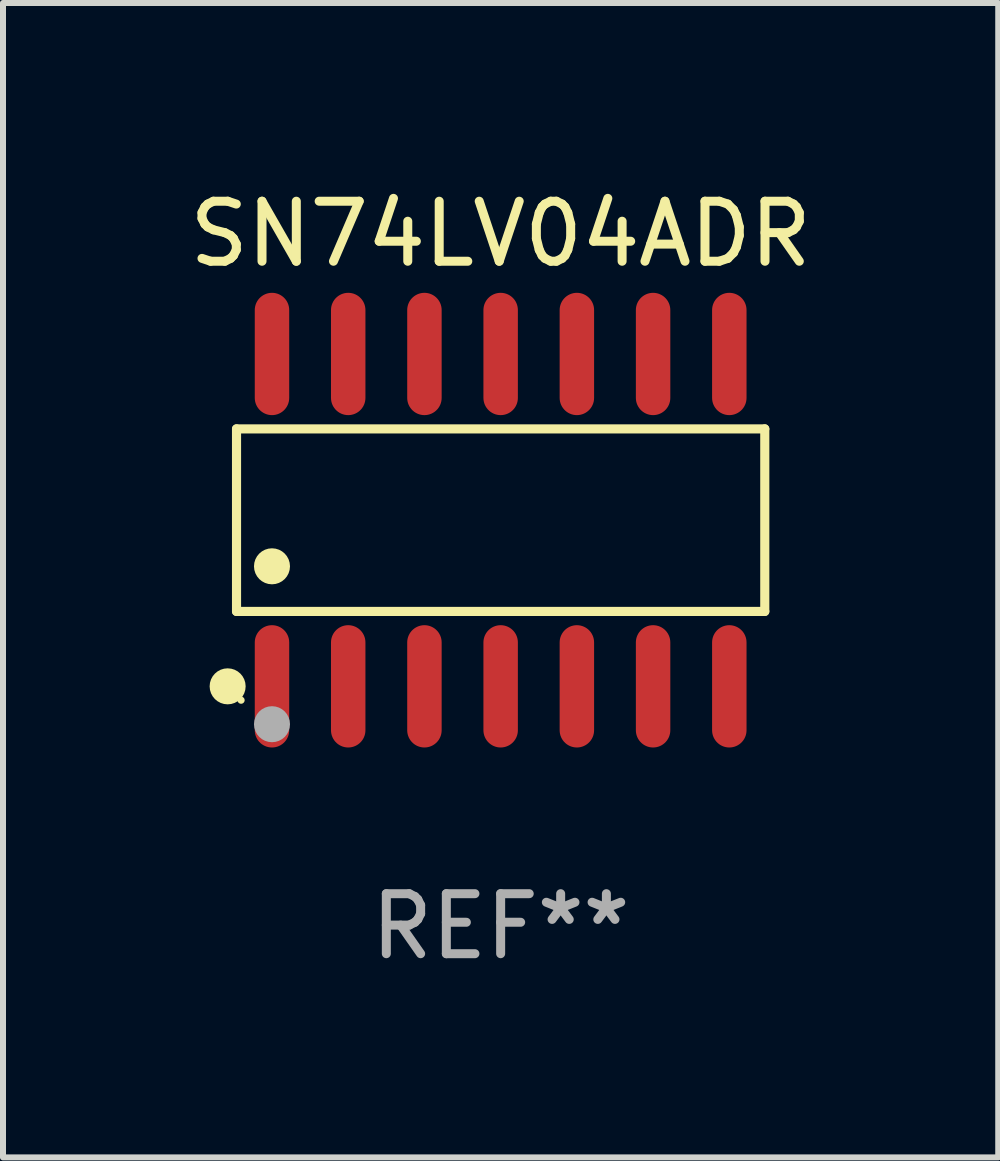
<source format=kicad_pcb>
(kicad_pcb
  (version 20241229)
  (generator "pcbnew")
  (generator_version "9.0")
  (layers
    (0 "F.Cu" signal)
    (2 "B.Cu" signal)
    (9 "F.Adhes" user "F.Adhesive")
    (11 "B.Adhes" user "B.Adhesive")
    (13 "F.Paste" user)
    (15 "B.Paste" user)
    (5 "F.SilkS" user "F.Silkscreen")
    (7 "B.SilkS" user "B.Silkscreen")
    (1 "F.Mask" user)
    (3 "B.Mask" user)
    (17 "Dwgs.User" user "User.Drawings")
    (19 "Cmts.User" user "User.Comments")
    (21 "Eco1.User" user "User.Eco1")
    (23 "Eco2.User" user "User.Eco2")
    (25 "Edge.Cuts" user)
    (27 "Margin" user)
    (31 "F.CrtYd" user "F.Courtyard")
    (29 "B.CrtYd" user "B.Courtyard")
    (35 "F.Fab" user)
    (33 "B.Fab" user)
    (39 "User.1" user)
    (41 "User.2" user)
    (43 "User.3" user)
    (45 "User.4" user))
  (footprint "SN74LV04ADR"
    (layer "F.Cu")
    (at 5.292 5.617)
    (property "Reference" "SN74LV04ADR" (at 0 -4.769 0) (layer "F.SilkS") (effects (font (size 1 1) (thickness 0.15))))
    (attr through_hole)
    (fp_line (start -4.401 -1.521) (end 4.401 -1.521) (stroke (width 0.152) (type solid)) (layer "F.SilkS"))
    (fp_line (start -4.401 1.521) (end -4.401 -1.521) (stroke (width 0.152) (type solid)) (layer "F.SilkS"))
    (fp_line (start 4.401 -1.521) (end 4.401 1.521) (stroke (width 0.152) (type solid)) (layer "F.SilkS"))
    (fp_line (start 4.401 1.521) (end -4.401 1.521) (stroke (width 0.152) (type solid)) (layer "F.SilkS"))
    (fp_circle (center -4.549 2.769) (end -4.399 2.769) (stroke (width 0.3) (type solid)) (fill no) (layer "F.SilkS"))
    (fp_circle (center -4.325 3) (end -4.295 3) (stroke (width 0.06) (type solid)) (fill no) (layer "F.SilkS"))
    (fp_circle (center -3.81 0.769) (end -3.66 0.769) (stroke (width 0.3) (type solid)) (fill no) (layer "F.SilkS"))
    (fp_circle (center -3.81 3.4) (end -3.66 3.4) (stroke (width 0.3) (type solid)) (fill no) (layer "F.Fab"))
    (fp_text user "REF**" (at 0 6.769 0) (layer "F.Fab") (effects (font (size 1 1) (thickness 0.15))))
    (pad "1" smd oval (at -3.81 2.769) (size 0.574 2.038) (layers "F.Cu" "F.Mask" "F.Paste"))
    (pad "2" smd oval (at -2.54 2.769) (size 0.574 2.038) (layers "F.Cu" "F.Mask" "F.Paste"))
    (pad "3" smd oval (at -1.27 2.769) (size 0.574 2.038) (layers "F.Cu" "F.Mask" "F.Paste"))
    (pad "4" smd oval (at 0 2.769) (size 0.574 2.038) (layers "F.Cu" "F.Mask" "F.Paste"))
    (pad "5" smd oval (at 1.27 2.769) (size 0.574 2.038) (layers "F.Cu" "F.Mask" "F.Paste"))
    (pad "6" smd oval (at 2.54 2.769) (size 0.574 2.038) (layers "F.Cu" "F.Mask" "F.Paste"))
    (pad "7" smd oval (at 3.81 2.769) (size 0.574 2.038) (layers "F.Cu" "F.Mask" "F.Paste"))
    (pad "8" smd oval (at 3.81 -2.769) (size 0.574 2.038) (layers "F.Cu" "F.Mask" "F.Paste"))
    (pad "9" smd oval (at 2.54 -2.769) (size 0.574 2.038) (layers "F.Cu" "F.Mask" "F.Paste"))
    (pad "10" smd oval (at 1.27 -2.769) (size 0.574 2.038) (layers "F.Cu" "F.Mask" "F.Paste"))
    (pad "11" smd oval (at 0 -2.769) (size 0.574 2.038) (layers "F.Cu" "F.Mask" "F.Paste"))
    (pad "12" smd oval (at -1.27 -2.769) (size 0.574 2.038) (layers "F.Cu" "F.Mask" "F.Paste"))
    (pad "13" smd oval (at -2.54 -2.769) (size 0.574 2.038) (layers "F.Cu" "F.Mask" "F.Paste"))
    (pad "14" smd oval (at -3.81 -2.769) (size 0.574 2.038) (layers "F.Cu" "F.Mask" "F.Paste")))
  (gr_rect
    (start -3 -3)
    (end 13.583 16.235)
    (stroke (width 0.1) (type default))
    (fill no)
    (layer "Edge.Cuts")))
</source>
